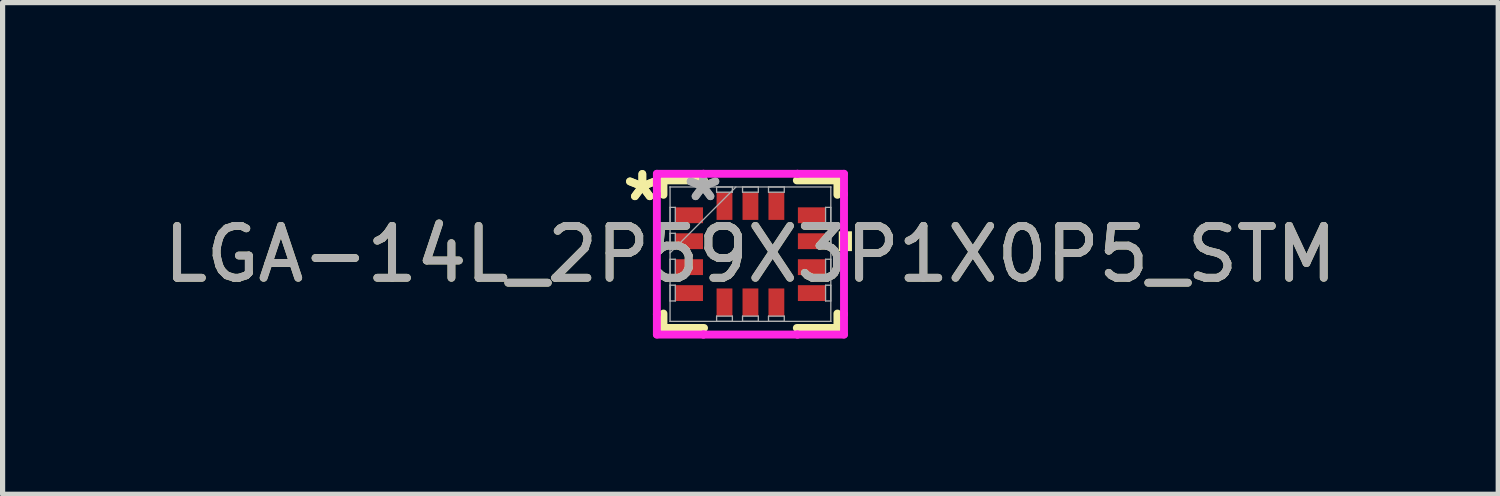
<source format=kicad_pcb>
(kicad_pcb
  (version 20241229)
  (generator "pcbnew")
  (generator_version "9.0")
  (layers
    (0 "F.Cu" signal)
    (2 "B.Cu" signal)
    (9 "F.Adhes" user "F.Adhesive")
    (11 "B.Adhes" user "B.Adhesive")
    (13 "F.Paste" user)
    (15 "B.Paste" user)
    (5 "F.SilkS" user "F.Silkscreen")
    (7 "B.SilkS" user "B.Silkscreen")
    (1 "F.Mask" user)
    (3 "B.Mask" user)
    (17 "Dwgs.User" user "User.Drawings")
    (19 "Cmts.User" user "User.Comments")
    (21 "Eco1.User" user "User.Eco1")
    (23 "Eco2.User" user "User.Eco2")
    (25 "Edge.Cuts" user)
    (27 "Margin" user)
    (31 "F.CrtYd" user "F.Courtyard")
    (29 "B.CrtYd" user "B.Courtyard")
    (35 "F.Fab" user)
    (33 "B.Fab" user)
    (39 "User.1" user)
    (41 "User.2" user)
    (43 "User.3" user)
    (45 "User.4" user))
  (footprint "LGA-14L_2P59X3P1X0P5_STM"
    (layer "F.Cu")
    (at 11.411 1.848)
    (property "Reference" "LGA-14L_2P59X3P1X0P5_STM" (at 0 0 0) (unlocked yes) (layer "F.SilkS") (effects (font (size 1 1) (thickness 0.15))))
    (attr smd)
    (fp_line (start -1.676 -1.422) (end -1.676 -1.144) (stroke (width 0.152) (type solid)) (layer "F.SilkS"))
    (fp_line (start -1.676 1.144) (end -1.676 1.422) (stroke (width 0.152) (type solid)) (layer "F.SilkS"))
    (fp_line (start -1.676 1.422) (end -0.894 1.422) (stroke (width 0.152) (type solid)) (layer "F.SilkS"))
    (fp_line (start -0.894 -1.422) (end -1.676 -1.422) (stroke (width 0.152) (type solid)) (layer "F.SilkS"))
    (fp_line (start 0.894 1.422) (end 1.676 1.422) (stroke (width 0.152) (type solid)) (layer "F.SilkS"))
    (fp_line (start 1.676 -1.422) (end 0.894 -1.422) (stroke (width 0.152) (type solid)) (layer "F.SilkS"))
    (fp_line (start 1.676 -1.144) (end 1.676 -1.422) (stroke (width 0.152) (type solid)) (layer "F.SilkS"))
    (fp_line (start 1.676 1.422) (end 1.676 1.144) (stroke (width 0.152) (type solid)) (layer "F.SilkS"))
    (fp_poly (pts (xy 1.956 -0.441) (xy 1.956 -0.059) (xy 1.702 -0.059) (xy 1.702 -0.441)) (stroke (width 0) (type solid)) (fill yes) (layer "F.SilkS"))
    (fp_line (start -1.803 -1.549) (end -0.906 -1.549) (stroke (width 0.152) (type solid)) (layer "F.CrtYd"))
    (fp_line (start -1.803 -1.156) (end -1.803 -1.549) (stroke (width 0.152) (type solid)) (layer "F.CrtYd"))
    (fp_line (start -1.803 -1.156) (end -1.803 -1.156) (stroke (width 0.152) (type solid)) (layer "F.CrtYd"))
    (fp_line (start -1.803 1.156) (end -1.803 -1.156) (stroke (width 0.152) (type solid)) (layer "F.CrtYd"))
    (fp_line (start -1.803 1.156) (end -1.803 1.156) (stroke (width 0.152) (type solid)) (layer "F.CrtYd"))
    (fp_line (start -1.803 1.549) (end -1.803 1.156) (stroke (width 0.152) (type solid)) (layer "F.CrtYd"))
    (fp_line (start -0.906 -1.549) (end -0.906 -1.549) (stroke (width 0.152) (type solid)) (layer "F.CrtYd"))
    (fp_line (start -0.906 -1.549) (end 0.906 -1.549) (stroke (width 0.152) (type solid)) (layer "F.CrtYd"))
    (fp_line (start -0.906 1.549) (end -1.803 1.549) (stroke (width 0.152) (type solid)) (layer "F.CrtYd"))
    (fp_line (start -0.906 1.549) (end -0.906 1.549) (stroke (width 0.152) (type solid)) (layer "F.CrtYd"))
    (fp_line (start 0.906 -1.549) (end 0.906 -1.549) (stroke (width 0.152) (type solid)) (layer "F.CrtYd"))
    (fp_line (start 0.906 -1.549) (end 1.803 -1.549) (stroke (width 0.152) (type solid)) (layer "F.CrtYd"))
    (fp_line (start 0.906 1.549) (end -0.906 1.549) (stroke (width 0.152) (type solid)) (layer "F.CrtYd"))
    (fp_line (start 0.906 1.549) (end 0.906 1.549) (stroke (width 0.152) (type solid)) (layer "F.CrtYd"))
    (fp_line (start 1.803 -1.549) (end 1.803 -1.156) (stroke (width 0.152) (type solid)) (layer "F.CrtYd"))
    (fp_line (start 1.803 -1.156) (end 1.803 -1.156) (stroke (width 0.152) (type solid)) (layer "F.CrtYd"))
    (fp_line (start 1.803 -1.156) (end 1.803 1.156) (stroke (width 0.152) (type solid)) (layer "F.CrtYd"))
    (fp_line (start 1.803 1.156) (end 1.803 1.156) (stroke (width 0.152) (type solid)) (layer "F.CrtYd"))
    (fp_line (start 1.803 1.156) (end 1.803 1.549) (stroke (width 0.152) (type solid)) (layer "F.CrtYd"))
    (fp_line (start 1.803 1.549) (end 0.906 1.549) (stroke (width 0.152) (type solid)) (layer "F.CrtYd"))
    (fp_line (start -1.549 -1.295) (end -1.549 -1.295) (stroke (width 0.025) (type solid)) (layer "F.Fab"))
    (fp_line (start -1.549 -1.295) (end -1.549 1.295) (stroke (width 0.025) (type solid)) (layer "F.Fab"))
    (fp_line (start -1.549 -0.902) (end -1.448 -0.902) (stroke (width 0.025) (type solid)) (layer "F.Fab"))
    (fp_line (start -1.549 -0.598) (end -1.549 -0.902) (stroke (width 0.025) (type solid)) (layer "F.Fab"))
    (fp_line (start -1.549 -0.402) (end -1.448 -0.402) (stroke (width 0.025) (type solid)) (layer "F.Fab"))
    (fp_line (start -1.549 -0.098) (end -1.549 -0.402) (stroke (width 0.025) (type solid)) (layer "F.Fab"))
    (fp_line (start -1.549 -0.025) (end -0.279 -1.295) (stroke (width 0.025) (type solid)) (layer "F.Fab"))
    (fp_line (start -1.549 0.098) (end -1.448 0.098) (stroke (width 0.025) (type solid)) (layer "F.Fab"))
    (fp_line (start -1.549 0.402) (end -1.549 0.098) (stroke (width 0.025) (type solid)) (layer "F.Fab"))
    (fp_line (start -1.549 0.598) (end -1.448 0.598) (stroke (width 0.025) (type solid)) (layer "F.Fab"))
    (fp_line (start -1.549 0.902) (end -1.549 0.598) (stroke (width 0.025) (type solid)) (layer "F.Fab"))
    (fp_line (start -1.549 1.295) (end -1.549 1.295) (stroke (width 0.025) (type solid)) (layer "F.Fab"))
    (fp_line (start -1.549 1.295) (end 1.549 1.295) (stroke (width 0.025) (type solid)) (layer "F.Fab"))
    (fp_line (start -1.448 -0.902) (end -1.448 -0.598) (stroke (width 0.025) (type solid)) (layer "F.Fab"))
    (fp_line (start -1.448 -0.598) (end -1.549 -0.598) (stroke (width 0.025) (type solid)) (layer "F.Fab"))
    (fp_line (start -1.448 -0.402) (end -1.448 -0.098) (stroke (width 0.025) (type solid)) (layer "F.Fab"))
    (fp_line (start -1.448 -0.098) (end -1.549 -0.098) (stroke (width 0.025) (type solid)) (layer "F.Fab"))
    (fp_line (start -1.448 0.098) (end -1.448 0.402) (stroke (width 0.025) (type solid)) (layer "F.Fab"))
    (fp_line (start -1.448 0.402) (end -1.549 0.402) (stroke (width 0.025) (type solid)) (layer "F.Fab"))
    (fp_line (start -1.448 0.598) (end -1.448 0.902) (stroke (width 0.025) (type solid)) (layer "F.Fab"))
    (fp_line (start -1.448 0.902) (end -1.549 0.902) (stroke (width 0.025) (type solid)) (layer "F.Fab"))
    (fp_line (start -0.652 -1.295) (end -0.348 -1.295) (stroke (width 0.025) (type solid)) (layer "F.Fab"))
    (fp_line (start -0.652 -1.194) (end -0.652 -1.295) (stroke (width 0.025) (type solid)) (layer "F.Fab"))
    (fp_line (start -0.652 1.194) (end -0.348 1.194) (stroke (width 0.025) (type solid)) (layer "F.Fab"))
    (fp_line (start -0.652 1.295) (end -0.652 1.194) (stroke (width 0.025) (type solid)) (layer "F.Fab"))
    (fp_line (start -0.348 -1.295) (end -0.348 -1.194) (stroke (width 0.025) (type solid)) (layer "F.Fab"))
    (fp_line (start -0.348 -1.194) (end -0.652 -1.194) (stroke (width 0.025) (type solid)) (layer "F.Fab"))
    (fp_line (start -0.348 1.194) (end -0.348 1.295) (stroke (width 0.025) (type solid)) (layer "F.Fab"))
    (fp_line (start -0.348 1.295) (end -0.652 1.295) (stroke (width 0.025) (type solid)) (layer "F.Fab"))
    (fp_line (start -0.152 -1.295) (end 0.152 -1.295) (stroke (width 0.025) (type solid)) (layer "F.Fab"))
    (fp_line (start -0.152 -1.194) (end -0.152 -1.295) (stroke (width 0.025) (type solid)) (layer "F.Fab"))
    (fp_line (start -0.152 1.194) (end 0.152 1.194) (stroke (width 0.025) (type solid)) (layer "F.Fab"))
    (fp_line (start -0.152 1.295) (end -0.152 1.194) (stroke (width 0.025) (type solid)) (layer "F.Fab"))
    (fp_line (start 0.152 -1.295) (end 0.152 -1.194) (stroke (width 0.025) (type solid)) (layer "F.Fab"))
    (fp_line (start 0.152 -1.194) (end -0.152 -1.194) (stroke (width 0.025) (type solid)) (layer "F.Fab"))
    (fp_line (start 0.152 1.194) (end 0.152 1.295) (stroke (width 0.025) (type solid)) (layer "F.Fab"))
    (fp_line (start 0.152 1.295) (end -0.152 1.295) (stroke (width 0.025) (type solid)) (layer "F.Fab"))
    (fp_line (start 0.348 -1.295) (end 0.652 -1.295) (stroke (width 0.025) (type solid)) (layer "F.Fab"))
    (fp_line (start 0.348 -1.194) (end 0.348 -1.295) (stroke (width 0.025) (type solid)) (layer "F.Fab"))
    (fp_line (start 0.348 1.194) (end 0.652 1.194) (stroke (width 0.025) (type solid)) (layer "F.Fab"))
    (fp_line (start 0.348 1.295) (end 0.348 1.194) (stroke (width 0.025) (type solid)) (layer "F.Fab"))
    (fp_line (start 0.652 -1.295) (end 0.652 -1.194) (stroke (width 0.025) (type solid)) (layer "F.Fab"))
    (fp_line (start 0.652 -1.194) (end 0.348 -1.194) (stroke (width 0.025) (type solid)) (layer "F.Fab"))
    (fp_line (start 0.652 1.194) (end 0.652 1.295) (stroke (width 0.025) (type solid)) (layer "F.Fab"))
    (fp_line (start 0.652 1.295) (end 0.348 1.295) (stroke (width 0.025) (type solid)) (layer "F.Fab"))
    (fp_line (start 1.448 -0.902) (end 1.549 -0.902) (stroke (width 0.025) (type solid)) (layer "F.Fab"))
    (fp_line (start 1.448 -0.598) (end 1.448 -0.902) (stroke (width 0.025) (type solid)) (layer "F.Fab"))
    (fp_line (start 1.448 -0.402) (end 1.549 -0.402) (stroke (width 0.025) (type solid)) (layer "F.Fab"))
    (fp_line (start 1.448 -0.098) (end 1.448 -0.402) (stroke (width 0.025) (type solid)) (layer "F.Fab"))
    (fp_line (start 1.448 0.098) (end 1.549 0.098) (stroke (width 0.025) (type solid)) (layer "F.Fab"))
    (fp_line (start 1.448 0.402) (end 1.448 0.098) (stroke (width 0.025) (type solid)) (layer "F.Fab"))
    (fp_line (start 1.448 0.598) (end 1.549 0.598) (stroke (width 0.025) (type solid)) (layer "F.Fab"))
    (fp_line (start 1.448 0.902) (end 1.448 0.598) (stroke (width 0.025) (type solid)) (layer "F.Fab"))
    (fp_line (start 1.549 -1.295) (end -1.549 -1.295) (stroke (width 0.025) (type solid)) (layer "F.Fab"))
    (fp_line (start 1.549 -1.295) (end 1.549 -1.295) (stroke (width 0.025) (type solid)) (layer "F.Fab"))
    (fp_line (start 1.549 -0.902) (end 1.549 -0.598) (stroke (width 0.025) (type solid)) (layer "F.Fab"))
    (fp_line (start 1.549 -0.598) (end 1.448 -0.598) (stroke (width 0.025) (type solid)) (layer "F.Fab"))
    (fp_line (start 1.549 -0.402) (end 1.549 -0.098) (stroke (width 0.025) (type solid)) (layer "F.Fab"))
    (fp_line (start 1.549 -0.098) (end 1.448 -0.098) (stroke (width 0.025) (type solid)) (layer "F.Fab"))
    (fp_line (start 1.549 0.098) (end 1.549 0.402) (stroke (width 0.025) (type solid)) (layer "F.Fab"))
    (fp_line (start 1.549 0.402) (end 1.448 0.402) (stroke (width 0.025) (type solid)) (layer "F.Fab"))
    (fp_line (start 1.549 0.598) (end 1.549 0.902) (stroke (width 0.025) (type solid)) (layer "F.Fab"))
    (fp_line (start 1.549 0.902) (end 1.448 0.902) (stroke (width 0.025) (type solid)) (layer "F.Fab"))
    (fp_line (start 1.549 1.295) (end 1.549 -1.295) (stroke (width 0.025) (type solid)) (layer "F.Fab"))
    (fp_line (start 1.549 1.295) (end 1.549 1.295) (stroke (width 0.025) (type solid)) (layer "F.Fab"))
    (fp_text user "*" (at -2.083 -1 0) (layer "F.SilkS") (effects (font (size 1 1) (thickness 0.15))))
    (fp_text user "*" (at -2.083 -1 0) (unlocked yes) (layer "F.SilkS") (effects (font (size 1 1) (thickness 0.15))))
    (fp_text user "*" (at -0.914 -1 0) (unlocked yes) (layer "F.Fab") (effects (font (size 1 1) (thickness 0.15))))
    (fp_text user "*" (at -0.914 -1 0) (layer "F.Fab") (effects (font (size 1 1) (thickness 0.15))))
    (fp_text user "${REFERENCE}" (at 0 0 0) (unlocked yes) (layer "F.Fab") (effects (font (size 1 1) (thickness 0.15))))
    (pad "1" smd rect (at -1.181 -0.75 90) (size 0.305 0.533) (layers "F.Cu" "F.Mask" "F.Paste"))
    (pad "2" smd rect (at -1.181 -0.25 90) (size 0.305 0.533) (layers "F.Cu" "F.Mask" "F.Paste"))
    (pad "3" smd rect (at -1.181 0.25 90) (size 0.305 0.533) (layers "F.Cu" "F.Mask" "F.Paste"))
    (pad "4" smd rect (at -1.181 0.75 90) (size 0.305 0.533) (layers "F.Cu" "F.Mask" "F.Paste"))
    (pad "5" smd rect (at -0.5 0.927) (size 0.305 0.533) (layers "F.Cu" "F.Mask" "F.Paste"))
    (pad "6" smd rect (at 0 0.927) (size 0.305 0.533) (layers "F.Cu" "F.Mask" "F.Paste"))
    (pad "7" smd rect (at 0.5 0.927) (size 0.305 0.533) (layers "F.Cu" "F.Mask" "F.Paste"))
    (pad "8" smd rect (at 1.181 0.75 90) (size 0.305 0.533) (layers "F.Cu" "F.Mask" "F.Paste"))
    (pad "9" smd rect (at 1.181 0.25 90) (size 0.305 0.533) (layers "F.Cu" "F.Mask" "F.Paste"))
    (pad "10" smd rect (at 1.181 -0.25 90) (size 0.305 0.533) (layers "F.Cu" "F.Mask" "F.Paste"))
    (pad "11" smd rect (at 1.181 -0.75 90) (size 0.305 0.533) (layers "F.Cu" "F.Mask" "F.Paste"))
    (pad "12" smd rect (at 0.5 -0.927) (size 0.305 0.533) (layers "F.Cu" "F.Mask" "F.Paste"))
    (pad "13" smd rect (at 0 -0.927) (size 0.305 0.533) (layers "F.Cu" "F.Mask" "F.Paste"))
    (pad "14" smd rect (at -0.5 -0.927) (size 0.305 0.533) (layers "F.Cu" "F.Mask" "F.Paste")))
  (gr_rect
    (start -3 -3)
    (end 25.821 6.474)
    (stroke (width 0.1) (type default))
    (fill no)
    (layer "Edge.Cuts")))
</source>
